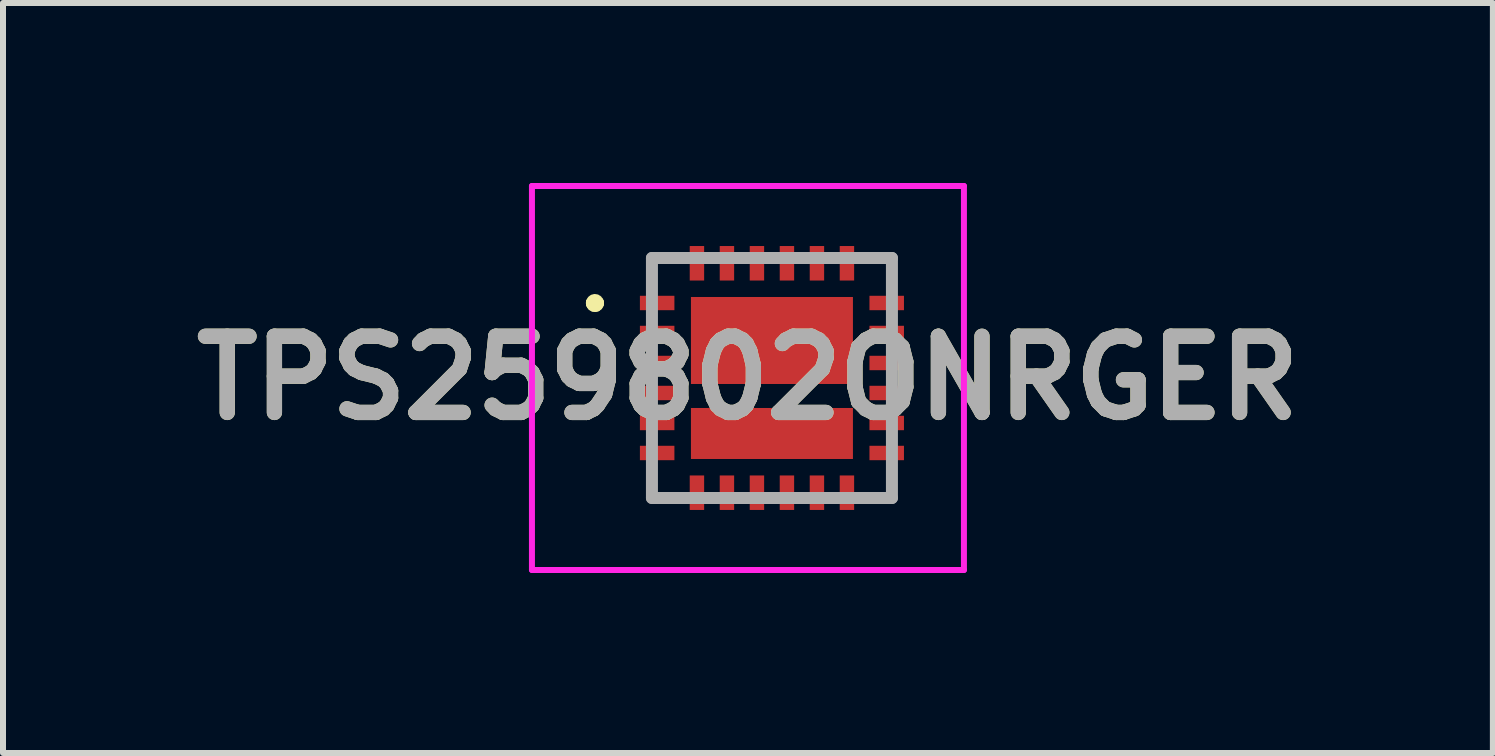
<source format=kicad_pcb>
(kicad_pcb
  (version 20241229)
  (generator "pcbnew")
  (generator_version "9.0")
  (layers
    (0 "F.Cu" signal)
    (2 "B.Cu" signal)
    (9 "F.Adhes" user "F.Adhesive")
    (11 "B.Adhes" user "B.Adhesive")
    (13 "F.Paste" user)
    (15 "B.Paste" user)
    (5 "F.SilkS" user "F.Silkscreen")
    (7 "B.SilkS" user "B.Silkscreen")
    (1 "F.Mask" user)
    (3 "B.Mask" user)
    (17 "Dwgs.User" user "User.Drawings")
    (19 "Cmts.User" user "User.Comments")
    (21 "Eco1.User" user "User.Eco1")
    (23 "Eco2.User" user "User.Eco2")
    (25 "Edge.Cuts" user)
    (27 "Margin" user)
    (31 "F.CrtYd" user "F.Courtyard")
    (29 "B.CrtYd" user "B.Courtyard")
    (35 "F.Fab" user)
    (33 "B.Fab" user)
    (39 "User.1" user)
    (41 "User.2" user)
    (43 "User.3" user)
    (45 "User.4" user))
  (footprint "TPS259802ONRGER"
    (layer "F.Cu")
    (at 9.816 3.25)
    (property "Reference" "TPS259802ONRGER" (at -0.4 0 0) (layer "F.SilkS") (effects (font (size 1.27 1.27) (thickness 0.254))))
    (attr smd)
    (fp_line (start -3 -1.25) (end -3 -1.25) (stroke (width 0.2) (type solid)) (layer "F.SilkS"))
    (fp_line (start -3 -1.25) (end -3 -1.25) (stroke (width 0.2) (type solid)) (layer "F.SilkS"))
    (fp_line (start -2.9 -1.25) (end -2.9 -1.25) (stroke (width 0.2) (type solid)) (layer "F.SilkS"))
    (fp_line (start -2 -2) (end -2 -2) (stroke (width 0.1) (type solid)) (layer "F.SilkS"))
    (fp_line (start -2 -2) (end -2 -2) (stroke (width 0.1) (type solid)) (layer "F.SilkS"))
    (fp_line (start -2 -2) (end -2 -1.75) (stroke (width 0.1) (type solid)) (layer "F.SilkS"))
    (fp_line (start -2 -2) (end -1.75 -2) (stroke (width 0.1) (type solid)) (layer "F.SilkS"))
    (fp_line (start -2 -1.75) (end -2 -2) (stroke (width 0.1) (type solid)) (layer "F.SilkS"))
    (fp_line (start -2 -1.75) (end -2 -1.75) (stroke (width 0.1) (type solid)) (layer "F.SilkS"))
    (fp_line (start -2 1.75) (end -2 1.75) (stroke (width 0.1) (type solid)) (layer "F.SilkS"))
    (fp_line (start -2 1.75) (end -2 2) (stroke (width 0.1) (type solid)) (layer "F.SilkS"))
    (fp_line (start -2 2) (end -2 1.75) (stroke (width 0.1) (type solid)) (layer "F.SilkS"))
    (fp_line (start -2 2) (end -2 2) (stroke (width 0.1) (type solid)) (layer "F.SilkS"))
    (fp_line (start -2 2) (end -2 2) (stroke (width 0.1) (type solid)) (layer "F.SilkS"))
    (fp_line (start -2 2) (end -1.75 2) (stroke (width 0.1) (type solid)) (layer "F.SilkS"))
    (fp_line (start -1.75 -2) (end -2 -2) (stroke (width 0.1) (type solid)) (layer "F.SilkS"))
    (fp_line (start -1.75 -2) (end -1.75 -2) (stroke (width 0.1) (type solid)) (layer "F.SilkS"))
    (fp_line (start -1.75 2) (end -2 2) (stroke (width 0.1) (type solid)) (layer "F.SilkS"))
    (fp_line (start -1.75 2) (end -1.75 2) (stroke (width 0.1) (type solid)) (layer "F.SilkS"))
    (fp_line (start 1.75 -2) (end 1.75 -2) (stroke (width 0.1) (type solid)) (layer "F.SilkS"))
    (fp_line (start 1.75 -2) (end 2 -2) (stroke (width 0.1) (type solid)) (layer "F.SilkS"))
    (fp_line (start 1.75 2) (end 1.75 2) (stroke (width 0.1) (type solid)) (layer "F.SilkS"))
    (fp_line (start 1.75 2) (end 2 2) (stroke (width 0.1) (type solid)) (layer "F.SilkS"))
    (fp_line (start 2 -2) (end 1.75 -2) (stroke (width 0.1) (type solid)) (layer "F.SilkS"))
    (fp_line (start 2 -2) (end 2 -2) (stroke (width 0.1) (type solid)) (layer "F.SilkS"))
    (fp_line (start 2 -2) (end 2 -2) (stroke (width 0.1) (type solid)) (layer "F.SilkS"))
    (fp_line (start 2 -2) (end 2 -1.75) (stroke (width 0.1) (type solid)) (layer "F.SilkS"))
    (fp_line (start 2 -1.75) (end 2 -2) (stroke (width 0.1) (type solid)) (layer "F.SilkS"))
    (fp_line (start 2 -1.75) (end 2 -1.75) (stroke (width 0.1) (type solid)) (layer "F.SilkS"))
    (fp_line (start 2 1.75) (end 2 1.75) (stroke (width 0.1) (type solid)) (layer "F.SilkS"))
    (fp_line (start 2 1.75) (end 2 2) (stroke (width 0.1) (type solid)) (layer "F.SilkS"))
    (fp_line (start 2 2) (end 1.75 2) (stroke (width 0.1) (type solid)) (layer "F.SilkS"))
    (fp_line (start 2 2) (end 2 1.75) (stroke (width 0.1) (type solid)) (layer "F.SilkS"))
    (fp_line (start 2 2) (end 2 2) (stroke (width 0.1) (type solid)) (layer "F.SilkS"))
    (fp_line (start 2 2) (end 2 2) (stroke (width 0.1) (type solid)) (layer "F.SilkS"))
    (fp_arc (start -3 -1.25) (mid -2.95 -1.3) (end -2.9 -1.25) (stroke (width 0.2) (type solid)) (layer "F.SilkS"))
    (fp_arc (start -2.9 -1.25) (mid -2.95 -1.2) (end -3 -1.25) (stroke (width 0.2) (type solid)) (layer "F.SilkS"))
    (fp_arc (start -2.9 -1.25) (mid -2.95 -1.2) (end -3 -1.25) (stroke (width 0.2) (type solid)) (layer "F.SilkS"))
    (fp_line (start -4 -3.2) (end 3.2 -3.2) (stroke (width 0.1) (type solid)) (layer "F.CrtYd"))
    (fp_line (start -4 3.2) (end -4 -3.2) (stroke (width 0.1) (type solid)) (layer "F.CrtYd"))
    (fp_line (start 3.2 -3.2) (end 3.2 3.2) (stroke (width 0.1) (type solid)) (layer "F.CrtYd"))
    (fp_line (start 3.2 3.2) (end -4 3.2) (stroke (width 0.1) (type solid)) (layer "F.CrtYd"))
    (fp_line (start -2 -2) (end -2 2) (stroke (width 0.2) (type solid)) (layer "F.Fab"))
    (fp_line (start -2 2) (end 2 2) (stroke (width 0.2) (type solid)) (layer "F.Fab"))
    (fp_line (start 2 -2) (end -2 -2) (stroke (width 0.2) (type solid)) (layer "F.Fab"))
    (fp_line (start 2 2) (end 2 -2) (stroke (width 0.2) (type solid)) (layer "F.Fab"))
    (fp_text user "${REFERENCE}" (at -0.4 0 0) (layer "F.Fab") (effects (font (size 1.27 1.27) (thickness 0.254))))
    (pad "1" smd rect (at -1.913 -1.25 90) (size 0.24 0.575) (layers "F.Cu" "F.Mask" "F.Paste"))
    (pad "2" smd rect (at -1.913 -0.75 90) (size 0.24 0.575) (layers "F.Cu" "F.Mask" "F.Paste"))
    (pad "3" smd rect (at -1.913 -0.25 90) (size 0.24 0.575) (layers "F.Cu" "F.Mask" "F.Paste"))
    (pad "4" smd rect (at -1.913 0.25 90) (size 0.24 0.575) (layers "F.Cu" "F.Mask" "F.Paste"))
    (pad "5" smd rect (at -1.913 0.75 90) (size 0.24 0.575) (layers "F.Cu" "F.Mask" "F.Paste"))
    (pad "6" smd rect (at -1.913 1.25 90) (size 0.24 0.575) (layers "F.Cu" "F.Mask" "F.Paste"))
    (pad "7" smd rect (at -1.25 1.912) (size 0.24 0.575) (layers "F.Cu" "F.Mask" "F.Paste"))
    (pad "8" smd rect (at -0.75 1.912) (size 0.24 0.575) (layers "F.Cu" "F.Mask" "F.Paste"))
    (pad "9" smd rect (at -0.25 1.912) (size 0.24 0.575) (layers "F.Cu" "F.Mask" "F.Paste"))
    (pad "10" smd rect (at 0.25 1.912) (size 0.24 0.575) (layers "F.Cu" "F.Mask" "F.Paste"))
    (pad "11" smd rect (at 0.75 1.912) (size 0.24 0.575) (layers "F.Cu" "F.Mask" "F.Paste"))
    (pad "12" smd rect (at 1.25 1.912) (size 0.24 0.575) (layers "F.Cu" "F.Mask" "F.Paste"))
    (pad "13" smd rect (at 1.913 1.25 90) (size 0.24 0.575) (layers "F.Cu" "F.Mask" "F.Paste"))
    (pad "14" smd rect (at 1.913 0.75 90) (size 0.24 0.575) (layers "F.Cu" "F.Mask" "F.Paste"))
    (pad "15" smd rect (at 1.913 0.25 90) (size 0.24 0.575) (layers "F.Cu" "F.Mask" "F.Paste"))
    (pad "16" smd rect (at 1.913 -0.25 90) (size 0.24 0.575) (layers "F.Cu" "F.Mask" "F.Paste"))
    (pad "17" smd rect (at 1.913 -0.75 90) (size 0.24 0.575) (layers "F.Cu" "F.Mask" "F.Paste"))
    (pad "18" smd rect (at 1.913 -1.25 90) (size 0.24 0.575) (layers "F.Cu" "F.Mask" "F.Paste"))
    (pad "19" smd rect (at 1.25 -1.912) (size 0.24 0.575) (layers "F.Cu" "F.Mask" "F.Paste"))
    (pad "20" smd rect (at 0.75 -1.912) (size 0.24 0.575) (layers "F.Cu" "F.Mask" "F.Paste"))
    (pad "21" smd rect (at 0.25 -1.912) (size 0.24 0.575) (layers "F.Cu" "F.Mask" "F.Paste"))
    (pad "22" smd rect (at -0.25 -1.912) (size 0.24 0.575) (layers "F.Cu" "F.Mask" "F.Paste"))
    (pad "23" smd rect (at -0.75 -1.912) (size 0.24 0.575) (layers "F.Cu" "F.Mask" "F.Paste"))
    (pad "24" smd rect (at -1.25 -1.912) (size 0.24 0.575) (layers "F.Cu" "F.Mask" "F.Paste"))
    (pad "25" smd rect (at 0 -0.625 90) (size 1.45 2.7) (layers "F.Cu" "F.Mask" "F.Paste"))
    (pad "26" smd rect (at 0 0.925 90) (size 0.85 2.7) (layers "F.Cu" "F.Mask" "F.Paste")))
  (gr_rect
    (start -3 -3)
    (end 21.832 9.5)
    (stroke (width 0.1) (type default))
    (fill no)
    (layer "Edge.Cuts")))
</source>
